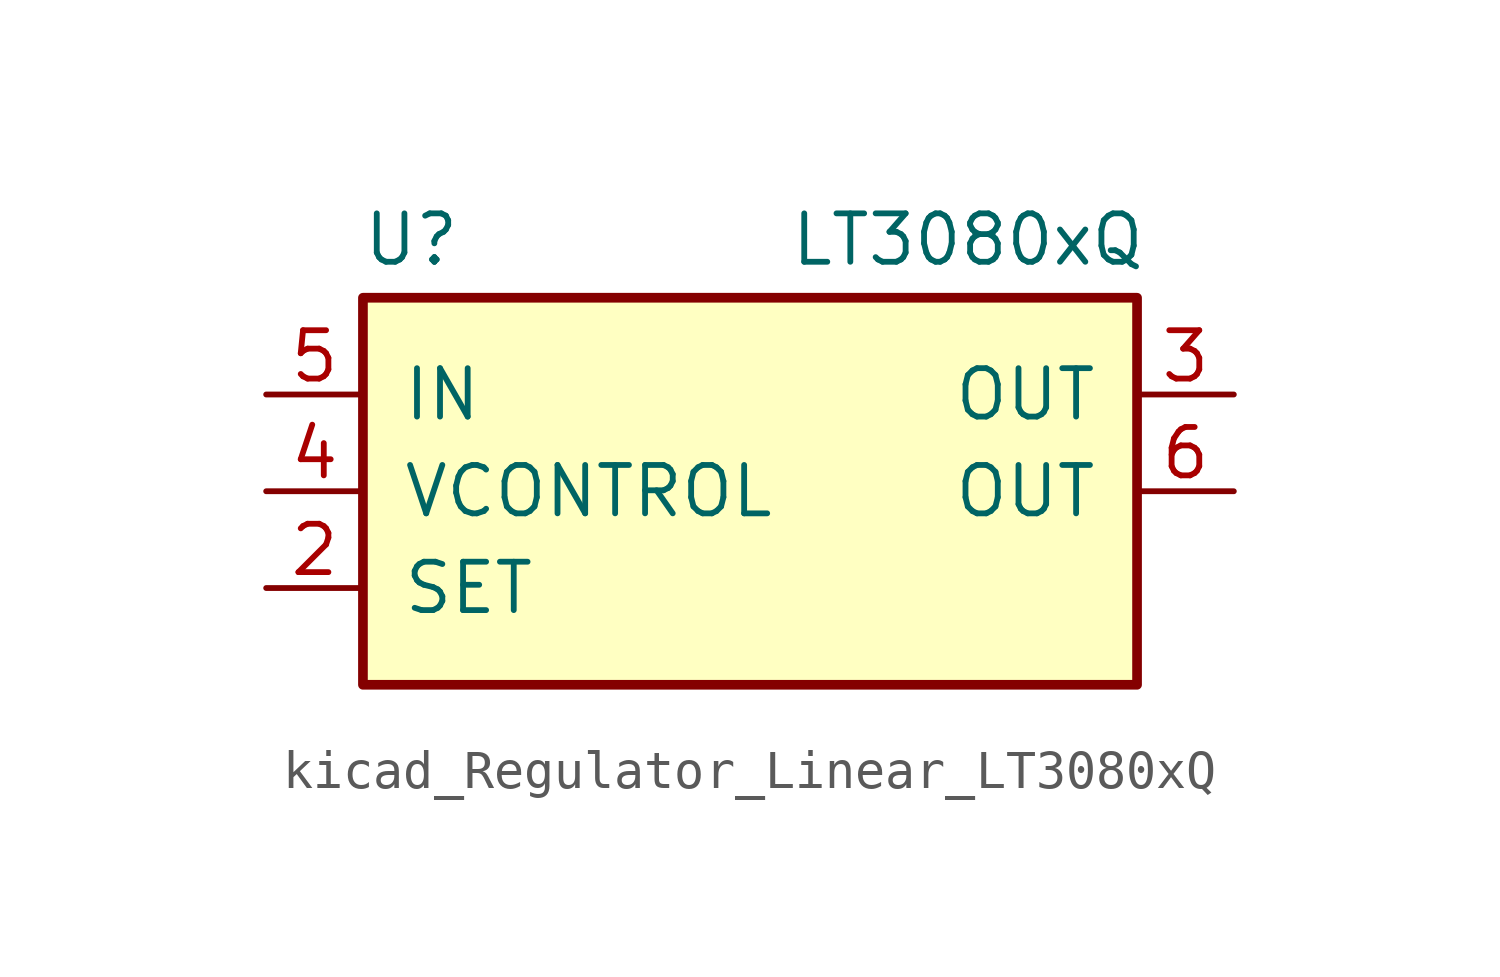
<source format=kicad_sym>
(kicad_symbol_lib
  (version 20220914)
  (generator kicad_symbol_editor)
  (symbol "kicad_Regulator_Linear_LT3080xQ"
    (pin_names
      (offset 1.016))
    (property "Reference" "U"
      (at -8.89 6.604 0)
      (effects (font (size 1.27 1.27))))
    (property "Value" "LT3080xQ"
      (at 10.414 6.604 0)
      (effects (font (size 1.27 1.27)) (justify right)))
    (symbol "kicad_Regulator_Linear_LT3080xQ_0_1"
      (rectangle (start -10.16 5.08) (end 10.16 -5.08) (stroke (width 0.254) (type default)) (fill (type background))))
    (symbol "kicad_Regulator_Linear_LT3080xQ_1_1"
      (pin no_connect line (at 10.16 -2.54 180) (length 2.54) hide (name "NC" (effects (font (size 1.27 1.27)))) (number "1" (effects (font (size 1.27 1.27)))))
      (pin input line (at -12.7 -2.54 0) (length 2.54) (name "SET" (effects (font (size 1.27 1.27)))) (number "2" (effects (font (size 1.27 1.27)))))
      (pin power_out line (at 12.7 2.54 180) (length 2.54) (name "OUT" (effects (font (size 1.27 1.27)))) (number "3" (effects (font (size 1.27 1.27)))))
      (pin input line (at -12.7 0 0) (length 2.54) (name "VCONTROL" (effects (font (size 1.27 1.27)))) (number "4" (effects (font (size 1.27 1.27)))))
      (pin power_in line (at -12.7 2.54 0) (length 2.54) (name "IN" (effects (font (size 1.27 1.27)))) (number "5" (effects (font (size 1.27 1.27)))))
      (pin power_out line (at 12.7 0 180) (length 2.54) (name "OUT" (effects (font (size 1.27 1.27)))) (number "6" (effects (font (size 1.27 1.27))))))))
</source>
